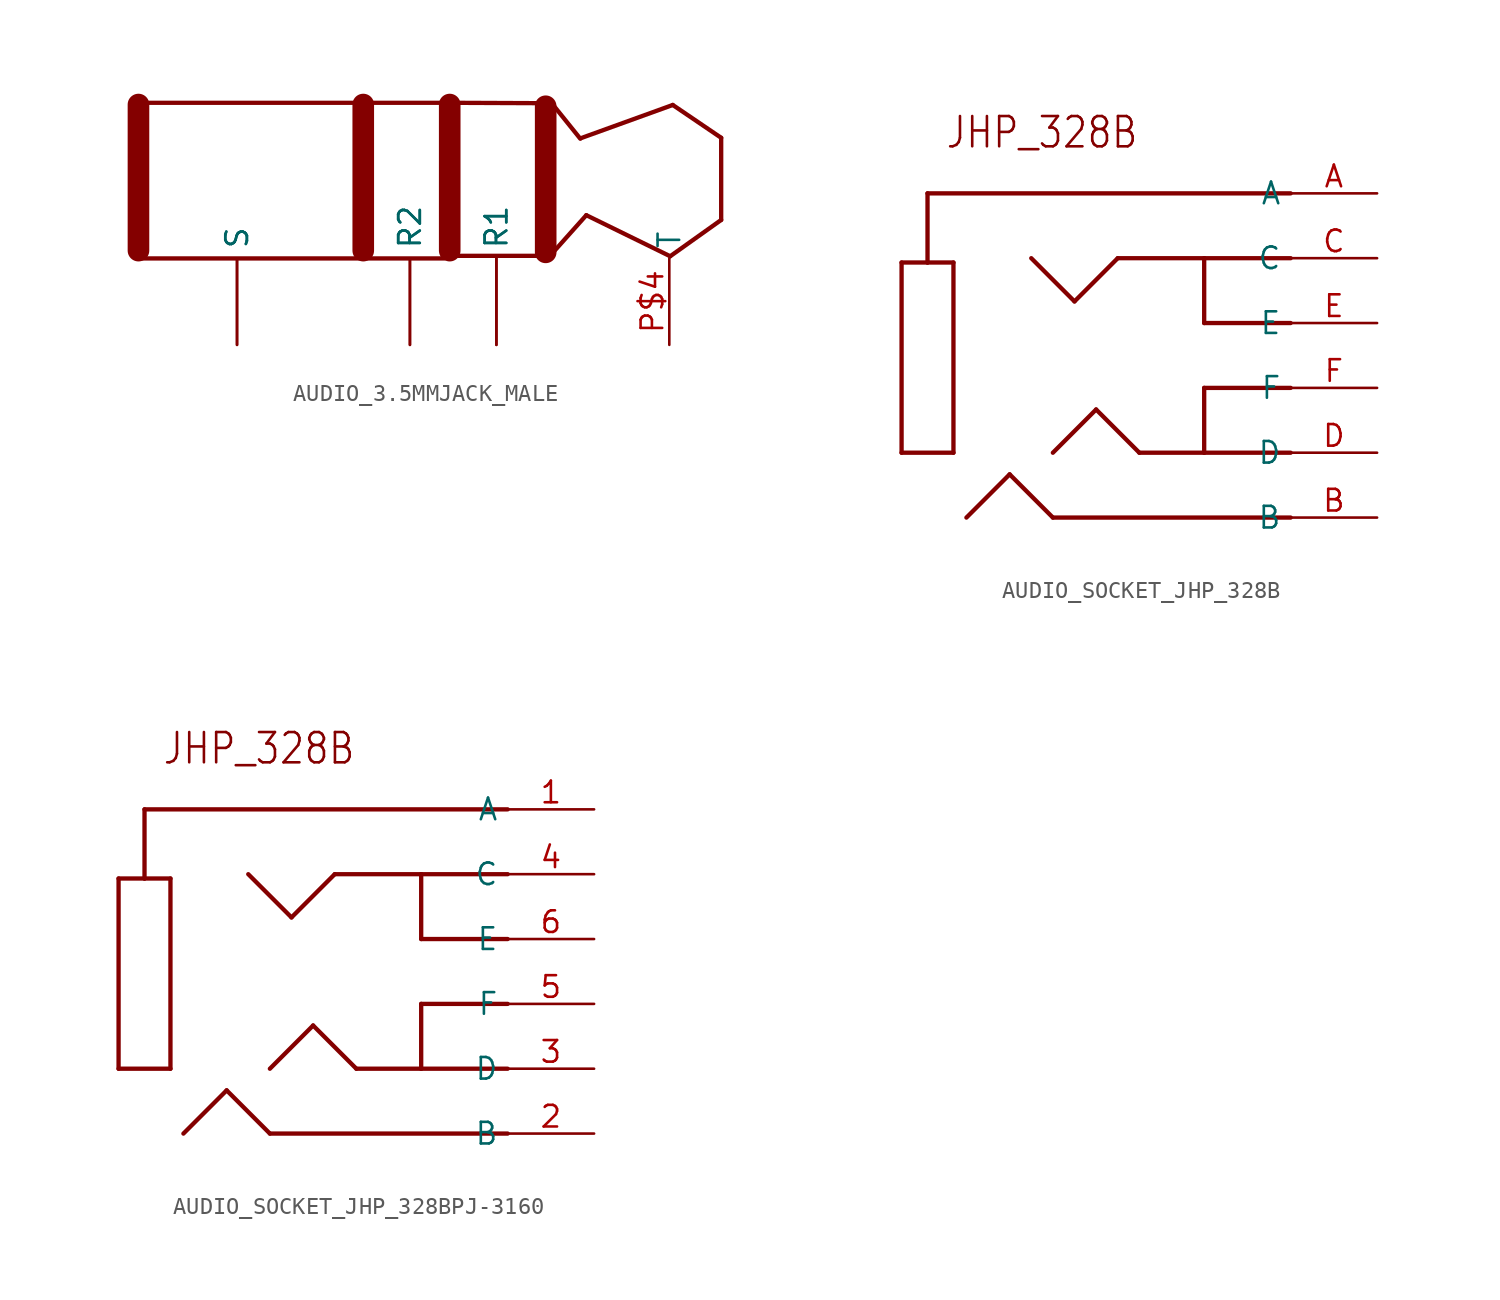
<source format=kicad_sym>
(kicad_symbol_lib
  (version 20231120)
  (generator "kicad_symbol_editor")
  (generator_version "8.0")
  (symbol "AUDIO_3.5MMJACK_MALE"
    (property "Reference" "AUD_CON"
      (at 0 0 0)
      (effects (font (size 1.27 1.27)) (hide yes)))
    (property "ki_locked" ""
      (at 0 0 0)
      (effects (font (size 1.27 1.27))))
    (symbol "AUDIO_3.5MMJACK_MALE_1_0"
      (polyline (pts (xy -10.871 3.962) (xy -10.871 -4.623)) (stroke (width 1.27) (type solid)) (fill (type none)))
      (polyline (pts (xy 2.032 4.064) (xy -10.922 4.064)) (stroke (width 0.254) (type solid)) (fill (type none)))
      (polyline (pts (xy 2.337 3.962) (xy 2.337 -4.623)) (stroke (width 1.27) (type solid)) (fill (type none)))
      (polyline (pts (xy 7.112 -5.08) (xy -10.922 -5.08)) (stroke (width 0.254) (type solid)) (fill (type none)))
      (polyline (pts (xy 7.112 4.064) (xy 2.286 4.064)) (stroke (width 0.254) (type solid)) (fill (type none)))
      (polyline (pts (xy 7.417 3.962) (xy 7.417 -4.623)) (stroke (width 1.27) (type solid)) (fill (type none)))
      (polyline (pts (xy 13.056 3.861) (xy 13.056 -4.724)) (stroke (width 1.27) (type solid)) (fill (type none)))
      (polyline (pts (xy 13.31 -4.928) (xy 7.01 -4.928)) (stroke (width 0.254) (type solid)) (fill (type none)))
      (polyline (pts (xy 13.411 4.039) (xy 7.442 4.064)) (stroke (width 0.254) (type solid)) (fill (type none)))
      (polyline (pts (xy 15.088 1.956) (xy 13.411 4.039)) (stroke (width 0.254) (type solid)) (fill (type none)))
      (polyline (pts (xy 15.113 1.981) (xy 20.523 3.937)) (stroke (width 0.254) (type solid)) (fill (type none)))
      (polyline (pts (xy 15.443 -2.54) (xy 13.31 -4.928)) (stroke (width 0.254) (type solid)) (fill (type none)))
      (polyline (pts (xy 20.371 -4.953) (xy 15.443 -2.54)) (stroke (width 0.254) (type solid)) (fill (type none)))
      (polyline (pts (xy 20.523 3.937) (xy 23.368 2.007)) (stroke (width 0.254) (type solid)) (fill (type none)))
      (polyline (pts (xy 23.368 -2.819) (xy 20.371 -4.953)) (stroke (width 0.254) (type solid)) (fill (type none)))
      (polyline (pts (xy 23.368 2.007) (xy 23.368 -2.819)) (stroke (width 0.254) (type solid)) (fill (type none)))
      (pin bidirectional line (at -5.08 -10.16 90) (length 5.08) (name "S" (effects (font (size 1.27 1.27)))) (number "P$1L" (effects (font (size 0 0)))))
      (pin bidirectional line (at -5.08 -10.16 90) (length 5.08) (name "S" (effects (font (size 1.27 1.27)))) (number "P$1R" (effects (font (size 0 0)))))
      (pin bidirectional line (at 5.08 -10.16 90) (length 5.08) (name "R2" (effects (font (size 1.27 1.27)))) (number "P$2L" (effects (font (size 0 0)))))
      (pin bidirectional line (at 5.08 -10.16 90) (length 5.08) (name "R2" (effects (font (size 1.27 1.27)))) (number "P$2R" (effects (font (size 0 0)))))
      (pin bidirectional line (at 10.16 -10.16 90) (length 5.08) (name "R1" (effects (font (size 1.27 1.27)))) (number "P$3L" (effects (font (size 0 0)))))
      (pin bidirectional line (at 10.16 -10.16 90) (length 5.08) (name "R1" (effects (font (size 1.27 1.27)))) (number "P$3R" (effects (font (size 0 0)))))
      (pin bidirectional line (at 20.32 -10.16 90) (length 5.08) (name "T" (effects (font (size 1.27 1.27)))) (number "P$4" (effects (font (size 1.27 1.27)))))))
  (symbol "AUDIO_SOCKET_JHP_328B"
    (property "Reference" ""
      (at 0 0 0)
      (effects (font (size 1.27 1.27)) (hide yes)))
    (property "ki_locked" ""
      (at 0 0 0)
      (effects (font (size 1.27 1.27))))
    (symbol "AUDIO_SOCKET_JHP_328B_1_0"
      (polyline (pts (xy -20.32 -15.24) (xy -20.32 -4.064)) (stroke (width 0.254) (type solid)) (fill (type none)))
      (polyline (pts (xy -20.32 -4.064) (xy -18.796 -4.064)) (stroke (width 0.254) (type solid)) (fill (type none)))
      (polyline (pts (xy -18.796 -4.064) (xy -17.272 -4.064)) (stroke (width 0.254) (type solid)) (fill (type none)))
      (polyline (pts (xy -18.796 0) (xy -18.796 -4.064)) (stroke (width 0.254) (type solid)) (fill (type none)))
      (polyline (pts (xy -17.272 -15.24) (xy -20.32 -15.24)) (stroke (width 0.254) (type solid)) (fill (type none)))
      (polyline (pts (xy -17.272 -4.064) (xy -17.272 -15.24)) (stroke (width 0.254) (type solid)) (fill (type none)))
      (polyline (pts (xy -16.51 -19.05) (xy -13.97 -16.51)) (stroke (width 0.254) (type solid)) (fill (type none)))
      (polyline (pts (xy -11.43 -19.05) (xy -13.97 -16.51)) (stroke (width 0.254) (type solid)) (fill (type none)))
      (polyline (pts (xy -11.43 -15.24) (xy -8.89 -12.7)) (stroke (width 0.254) (type solid)) (fill (type none)))
      (polyline (pts (xy -10.16 -6.35) (xy -12.7 -3.81)) (stroke (width 0.254) (type solid)) (fill (type none)))
      (polyline (pts (xy -10.16 -6.35) (xy -7.62 -3.81)) (stroke (width 0.254) (type solid)) (fill (type none)))
      (polyline (pts (xy -6.35 -15.24) (xy -8.89 -12.7)) (stroke (width 0.254) (type solid)) (fill (type none)))
      (polyline (pts (xy -2.54 -15.24) (xy -6.35 -15.24)) (stroke (width 0.254) (type solid)) (fill (type none)))
      (polyline (pts (xy -2.54 -15.24) (xy 2.54 -15.24)) (stroke (width 0.254) (type solid)) (fill (type none)))
      (polyline (pts (xy -2.54 -11.43) (xy -2.54 -15.24)) (stroke (width 0.254) (type solid)) (fill (type none)))
      (polyline (pts (xy -2.54 -7.62) (xy -2.54 -3.81)) (stroke (width 0.254) (type solid)) (fill (type none)))
      (polyline (pts (xy -2.54 -3.81) (xy -7.62 -3.81)) (stroke (width 0.254) (type solid)) (fill (type none)))
      (polyline (pts (xy 2.54 -19.05) (xy -11.43 -19.05)) (stroke (width 0.254) (type solid)) (fill (type none)))
      (polyline (pts (xy 2.54 -11.43) (xy -2.54 -11.43)) (stroke (width 0.254) (type solid)) (fill (type none)))
      (polyline (pts (xy 2.54 -7.62) (xy -2.54 -7.62)) (stroke (width 0.254) (type solid)) (fill (type none)))
      (polyline (pts (xy 2.54 -3.81) (xy -2.54 -3.81)) (stroke (width 0.254) (type solid)) (fill (type none)))
      (polyline (pts (xy 2.54 0) (xy -18.796 0)) (stroke (width 0.254) (type solid)) (fill (type none)))
      (text "JHP_328B" (at -17.78 2.54 0) (effects (font (size 1.778 1.511)) (justify left bottom)))
      (pin bidirectional line (at 7.62 0 180) (length 5.08) (name "A" (effects (font (size 1.27 1.27)))) (number "A" (effects (font (size 1.27 1.27)))))
      (pin bidirectional line (at 7.62 -19.05 180) (length 5.08) (name "B" (effects (font (size 1.27 1.27)))) (number "B" (effects (font (size 1.27 1.27)))))
      (pin bidirectional line (at 7.62 -3.81 180) (length 5.08) (name "C" (effects (font (size 1.27 1.27)))) (number "C" (effects (font (size 1.27 1.27)))))
      (pin bidirectional line (at 7.62 -15.24 180) (length 5.08) (name "D" (effects (font (size 1.27 1.27)))) (number "D" (effects (font (size 1.27 1.27)))))
      (pin bidirectional line (at 7.62 -7.62 180) (length 5.08) (name "E" (effects (font (size 1.27 1.27)))) (number "E" (effects (font (size 1.27 1.27)))))
      (pin bidirectional line (at 7.62 -11.43 180) (length 5.08) (name "F" (effects (font (size 1.27 1.27)))) (number "F" (effects (font (size 1.27 1.27)))))))
  (symbol "AUDIO_SOCKET_JHP_328BPJ-3160"
    (property "Reference" ""
      (at 0 0 0)
      (effects (font (size 1.27 1.27)) (hide yes)))
    (property "ki_locked" ""
      (at 0 0 0)
      (effects (font (size 1.27 1.27))))
    (symbol "AUDIO_SOCKET_JHP_328BPJ-3160_1_0"
      (polyline (pts (xy -20.32 -15.24) (xy -20.32 -4.064)) (stroke (width 0.254) (type solid)) (fill (type none)))
      (polyline (pts (xy -20.32 -4.064) (xy -18.796 -4.064)) (stroke (width 0.254) (type solid)) (fill (type none)))
      (polyline (pts (xy -18.796 -4.064) (xy -17.272 -4.064)) (stroke (width 0.254) (type solid)) (fill (type none)))
      (polyline (pts (xy -18.796 0) (xy -18.796 -4.064)) (stroke (width 0.254) (type solid)) (fill (type none)))
      (polyline (pts (xy -17.272 -15.24) (xy -20.32 -15.24)) (stroke (width 0.254) (type solid)) (fill (type none)))
      (polyline (pts (xy -17.272 -4.064) (xy -17.272 -15.24)) (stroke (width 0.254) (type solid)) (fill (type none)))
      (polyline (pts (xy -16.51 -19.05) (xy -13.97 -16.51)) (stroke (width 0.254) (type solid)) (fill (type none)))
      (polyline (pts (xy -11.43 -19.05) (xy -13.97 -16.51)) (stroke (width 0.254) (type solid)) (fill (type none)))
      (polyline (pts (xy -11.43 -15.24) (xy -8.89 -12.7)) (stroke (width 0.254) (type solid)) (fill (type none)))
      (polyline (pts (xy -10.16 -6.35) (xy -12.7 -3.81)) (stroke (width 0.254) (type solid)) (fill (type none)))
      (polyline (pts (xy -10.16 -6.35) (xy -7.62 -3.81)) (stroke (width 0.254) (type solid)) (fill (type none)))
      (polyline (pts (xy -6.35 -15.24) (xy -8.89 -12.7)) (stroke (width 0.254) (type solid)) (fill (type none)))
      (polyline (pts (xy -2.54 -15.24) (xy -6.35 -15.24)) (stroke (width 0.254) (type solid)) (fill (type none)))
      (polyline (pts (xy -2.54 -15.24) (xy 2.54 -15.24)) (stroke (width 0.254) (type solid)) (fill (type none)))
      (polyline (pts (xy -2.54 -11.43) (xy -2.54 -15.24)) (stroke (width 0.254) (type solid)) (fill (type none)))
      (polyline (pts (xy -2.54 -7.62) (xy -2.54 -3.81)) (stroke (width 0.254) (type solid)) (fill (type none)))
      (polyline (pts (xy -2.54 -3.81) (xy -7.62 -3.81)) (stroke (width 0.254) (type solid)) (fill (type none)))
      (polyline (pts (xy 2.54 -19.05) (xy -11.43 -19.05)) (stroke (width 0.254) (type solid)) (fill (type none)))
      (polyline (pts (xy 2.54 -11.43) (xy -2.54 -11.43)) (stroke (width 0.254) (type solid)) (fill (type none)))
      (polyline (pts (xy 2.54 -7.62) (xy -2.54 -7.62)) (stroke (width 0.254) (type solid)) (fill (type none)))
      (polyline (pts (xy 2.54 -3.81) (xy -2.54 -3.81)) (stroke (width 0.254) (type solid)) (fill (type none)))
      (polyline (pts (xy 2.54 0) (xy -18.796 0)) (stroke (width 0.254) (type solid)) (fill (type none)))
      (text "JHP_328B" (at -17.78 2.54 0) (effects (font (size 1.778 1.511)) (justify left bottom)))
      (pin bidirectional line (at 7.62 0 180) (length 5.08) (name "A" (effects (font (size 1.27 1.27)))) (number "1" (effects (font (size 1.27 1.27)))))
      (pin bidirectional line (at 7.62 -19.05 180) (length 5.08) (name "B" (effects (font (size 1.27 1.27)))) (number "2" (effects (font (size 1.27 1.27)))))
      (pin bidirectional line (at 7.62 -15.24 180) (length 5.08) (name "D" (effects (font (size 1.27 1.27)))) (number "3" (effects (font (size 1.27 1.27)))))
      (pin bidirectional line (at 7.62 -3.81 180) (length 5.08) (name "C" (effects (font (size 1.27 1.27)))) (number "4" (effects (font (size 1.27 1.27)))))
      (pin bidirectional line (at 7.62 -11.43 180) (length 5.08) (name "F" (effects (font (size 1.27 1.27)))) (number "5" (effects (font (size 1.27 1.27)))))
      (pin bidirectional line (at 7.62 -7.62 180) (length 5.08) (name "E" (effects (font (size 1.27 1.27)))) (number "6" (effects (font (size 1.27 1.27))))))))
</source>
